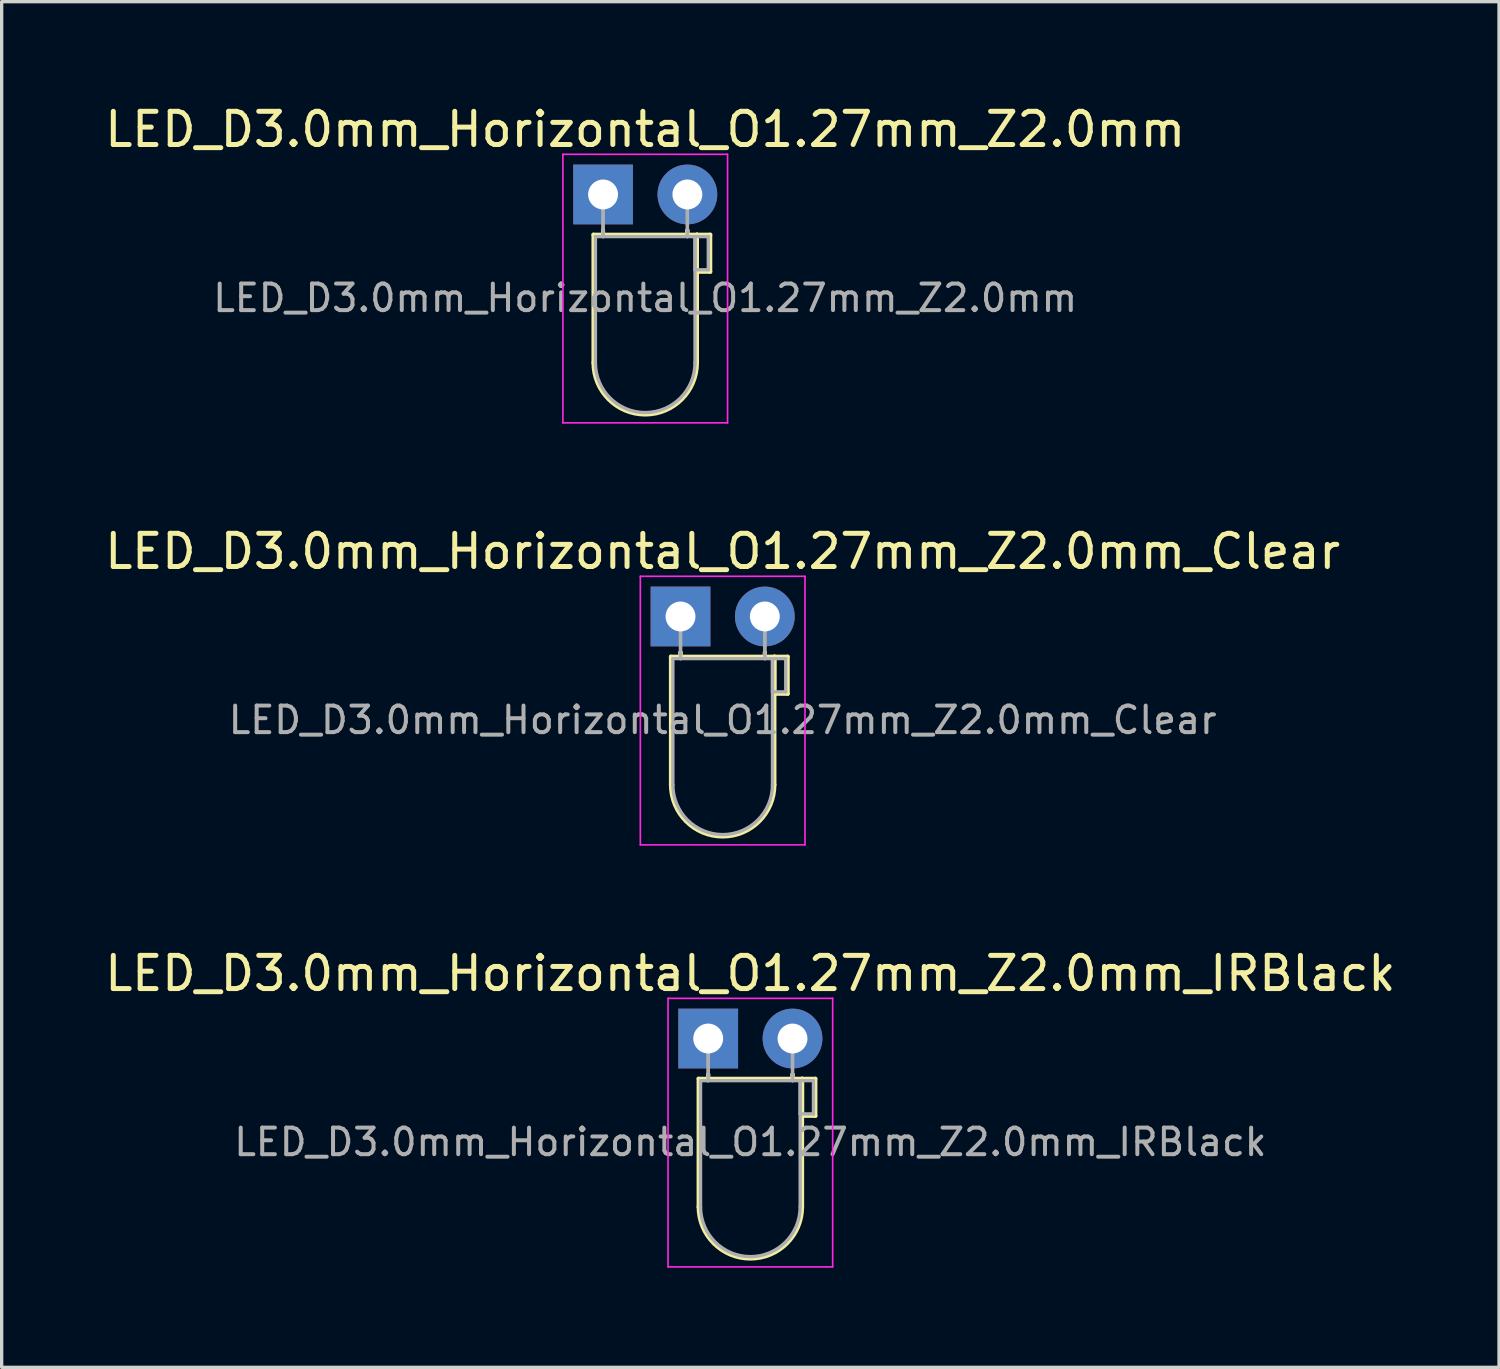
<source format=kicad_pcb>
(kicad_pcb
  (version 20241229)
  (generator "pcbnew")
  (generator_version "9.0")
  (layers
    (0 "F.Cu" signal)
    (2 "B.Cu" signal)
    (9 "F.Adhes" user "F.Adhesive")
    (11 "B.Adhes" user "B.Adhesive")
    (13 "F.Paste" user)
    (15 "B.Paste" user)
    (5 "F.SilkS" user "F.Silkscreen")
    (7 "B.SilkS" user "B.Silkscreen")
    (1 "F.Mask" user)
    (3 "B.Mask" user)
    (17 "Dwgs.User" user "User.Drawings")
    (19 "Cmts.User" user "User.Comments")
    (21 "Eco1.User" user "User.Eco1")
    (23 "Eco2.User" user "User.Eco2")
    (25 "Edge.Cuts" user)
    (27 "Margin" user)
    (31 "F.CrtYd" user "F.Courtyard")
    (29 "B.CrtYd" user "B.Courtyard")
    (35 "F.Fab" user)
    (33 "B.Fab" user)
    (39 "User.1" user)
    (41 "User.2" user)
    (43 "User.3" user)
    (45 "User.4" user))
  (footprint "LED_D3.0mm_Horizontal_O1.27mm_Z2.0mm_IRBlack"
    (layer "F.Cu")
    (at 18.284 28.235)
    (property "Reference" "LED_D3.0mm_Horizontal_O1.27mm_Z2.0mm_IRBlack" (at 1.27 -1.96 0) (layer "F.SilkS") (effects (font (size 1 1) (thickness 0.15))))
    (attr through_hole)
    (fp_line (start -0.29 1.21) (end -0.29 5.07) (stroke (width 0.12) (type solid)) (layer "F.SilkS"))
    (fp_line (start -0.29 1.21) (end 2.83 1.21) (stroke (width 0.12) (type solid)) (layer "F.SilkS"))
    (fp_line (start 0 1.08) (end 0 1.08) (stroke (width 0.12) (type solid)) (layer "F.SilkS"))
    (fp_line (start 0 1.08) (end 0 1.21) (stroke (width 0.12) (type solid)) (layer "F.SilkS"))
    (fp_line (start 0 1.21) (end 0 1.08) (stroke (width 0.12) (type solid)) (layer "F.SilkS"))
    (fp_line (start 0 1.21) (end 0 1.21) (stroke (width 0.12) (type solid)) (layer "F.SilkS"))
    (fp_line (start 2.54 1.08) (end 2.54 1.08) (stroke (width 0.12) (type solid)) (layer "F.SilkS"))
    (fp_line (start 2.54 1.08) (end 2.54 1.21) (stroke (width 0.12) (type solid)) (layer "F.SilkS"))
    (fp_line (start 2.54 1.21) (end 2.54 1.08) (stroke (width 0.12) (type solid)) (layer "F.SilkS"))
    (fp_line (start 2.54 1.21) (end 2.54 1.21) (stroke (width 0.12) (type solid)) (layer "F.SilkS"))
    (fp_line (start 2.83 1.21) (end 2.83 5.07) (stroke (width 0.12) (type solid)) (layer "F.SilkS"))
    (fp_line (start 2.83 1.21) (end 3.23 1.21) (stroke (width 0.12) (type solid)) (layer "F.SilkS"))
    (fp_line (start 2.83 2.33) (end 2.83 1.21) (stroke (width 0.12) (type solid)) (layer "F.SilkS"))
    (fp_line (start 3.23 1.21) (end 3.23 2.33) (stroke (width 0.12) (type solid)) (layer "F.SilkS"))
    (fp_line (start 3.23 2.33) (end 2.83 2.33) (stroke (width 0.12) (type solid)) (layer "F.SilkS"))
    (fp_arc (start 2.83 5.07) (mid 1.27 6.63) (end -0.29 5.07) (stroke (width 0.12) (type solid)) (layer "F.SilkS"))
    (fp_line (start -1.21 -1.21) (end -1.21 6.88) (stroke (width 0.05) (type solid)) (layer "F.CrtYd"))
    (fp_line (start -1.21 6.88) (end 3.75 6.88) (stroke (width 0.05) (type solid)) (layer "F.CrtYd"))
    (fp_line (start 3.75 -1.21) (end -1.21 -1.21) (stroke (width 0.05) (type solid)) (layer "F.CrtYd"))
    (fp_line (start 3.75 6.88) (end 3.75 -1.21) (stroke (width 0.05) (type solid)) (layer "F.CrtYd"))
    (fp_line (start -0.23 1.27) (end -0.23 5.07) (stroke (width 0.1) (type solid)) (layer "F.Fab"))
    (fp_line (start -0.23 1.27) (end 2.77 1.27) (stroke (width 0.1) (type solid)) (layer "F.Fab"))
    (fp_line (start 0 0) (end 0 0) (stroke (width 0.1) (type solid)) (layer "F.Fab"))
    (fp_line (start 0 0) (end 0 1.27) (stroke (width 0.1) (type solid)) (layer "F.Fab"))
    (fp_line (start 0 1.27) (end 0 0) (stroke (width 0.1) (type solid)) (layer "F.Fab"))
    (fp_line (start 0 1.27) (end 0 1.27) (stroke (width 0.1) (type solid)) (layer "F.Fab"))
    (fp_line (start 2.54 0) (end 2.54 0) (stroke (width 0.1) (type solid)) (layer "F.Fab"))
    (fp_line (start 2.54 0) (end 2.54 1.27) (stroke (width 0.1) (type solid)) (layer "F.Fab"))
    (fp_line (start 2.54 1.27) (end 2.54 0) (stroke (width 0.1) (type solid)) (layer "F.Fab"))
    (fp_line (start 2.54 1.27) (end 2.54 1.27) (stroke (width 0.1) (type solid)) (layer "F.Fab"))
    (fp_line (start 2.77 1.27) (end 2.77 5.07) (stroke (width 0.1) (type solid)) (layer "F.Fab"))
    (fp_line (start 2.77 1.27) (end 3.17 1.27) (stroke (width 0.1) (type solid)) (layer "F.Fab"))
    (fp_line (start 2.77 2.27) (end 2.77 1.27) (stroke (width 0.1) (type solid)) (layer "F.Fab"))
    (fp_line (start 3.17 1.27) (end 3.17 2.27) (stroke (width 0.1) (type solid)) (layer "F.Fab"))
    (fp_line (start 3.17 2.27) (end 2.77 2.27) (stroke (width 0.1) (type solid)) (layer "F.Fab"))
    (fp_arc (start 2.77 5.07) (mid 1.27 6.57) (end -0.23 5.07) (stroke (width 0.1) (type solid)) (layer "F.Fab"))
    (fp_text user "${REFERENCE}" (at 1.27 3.12 0) (layer "F.Fab") (effects (font (size 0.8 0.8) (thickness 0.12))))
    (pad "1" thru_hole rect (at 0 0) (size 1.8 1.8) (drill 0.9) (layers "*.Cu" "*.Mask"))
    (pad "2" thru_hole circle (at 2.54 0) (size 1.8 1.8) (drill 0.9) (layers "*.Cu" "*.Mask")))
  (footprint "LED_D3.0mm_Horizontal_O1.27mm_Z2.0mm_Clear"
    (layer "F.Cu")
    (at 17.45 15.521)
    (property "Reference" "LED_D3.0mm_Horizontal_O1.27mm_Z2.0mm_Clear" (at 1.27 -1.96 0) (layer "F.SilkS") (effects (font (size 1 1) (thickness 0.15))))
    (attr through_hole)
    (fp_line (start -0.29 1.21) (end -0.29 5.07) (stroke (width 0.12) (type solid)) (layer "F.SilkS"))
    (fp_line (start -0.29 1.21) (end 2.83 1.21) (stroke (width 0.12) (type solid)) (layer "F.SilkS"))
    (fp_line (start 0 1.08) (end 0 1.08) (stroke (width 0.12) (type solid)) (layer "F.SilkS"))
    (fp_line (start 0 1.08) (end 0 1.21) (stroke (width 0.12) (type solid)) (layer "F.SilkS"))
    (fp_line (start 0 1.21) (end 0 1.08) (stroke (width 0.12) (type solid)) (layer "F.SilkS"))
    (fp_line (start 0 1.21) (end 0 1.21) (stroke (width 0.12) (type solid)) (layer "F.SilkS"))
    (fp_line (start 2.54 1.08) (end 2.54 1.08) (stroke (width 0.12) (type solid)) (layer "F.SilkS"))
    (fp_line (start 2.54 1.08) (end 2.54 1.21) (stroke (width 0.12) (type solid)) (layer "F.SilkS"))
    (fp_line (start 2.54 1.21) (end 2.54 1.08) (stroke (width 0.12) (type solid)) (layer "F.SilkS"))
    (fp_line (start 2.54 1.21) (end 2.54 1.21) (stroke (width 0.12) (type solid)) (layer "F.SilkS"))
    (fp_line (start 2.83 1.21) (end 2.83 5.07) (stroke (width 0.12) (type solid)) (layer "F.SilkS"))
    (fp_line (start 2.83 1.21) (end 3.23 1.21) (stroke (width 0.12) (type solid)) (layer "F.SilkS"))
    (fp_line (start 2.83 2.33) (end 2.83 1.21) (stroke (width 0.12) (type solid)) (layer "F.SilkS"))
    (fp_line (start 3.23 1.21) (end 3.23 2.33) (stroke (width 0.12) (type solid)) (layer "F.SilkS"))
    (fp_line (start 3.23 2.33) (end 2.83 2.33) (stroke (width 0.12) (type solid)) (layer "F.SilkS"))
    (fp_arc (start 2.83 5.07) (mid 1.27 6.63) (end -0.29 5.07) (stroke (width 0.12) (type solid)) (layer "F.SilkS"))
    (fp_line (start -1.21 -1.21) (end -1.21 6.88) (stroke (width 0.05) (type solid)) (layer "F.CrtYd"))
    (fp_line (start -1.21 6.88) (end 3.75 6.88) (stroke (width 0.05) (type solid)) (layer "F.CrtYd"))
    (fp_line (start 3.75 -1.21) (end -1.21 -1.21) (stroke (width 0.05) (type solid)) (layer "F.CrtYd"))
    (fp_line (start 3.75 6.88) (end 3.75 -1.21) (stroke (width 0.05) (type solid)) (layer "F.CrtYd"))
    (fp_line (start -0.23 1.27) (end -0.23 5.07) (stroke (width 0.1) (type solid)) (layer "F.Fab"))
    (fp_line (start -0.23 1.27) (end 2.77 1.27) (stroke (width 0.1) (type solid)) (layer "F.Fab"))
    (fp_line (start 0 0) (end 0 0) (stroke (width 0.1) (type solid)) (layer "F.Fab"))
    (fp_line (start 0 0) (end 0 1.27) (stroke (width 0.1) (type solid)) (layer "F.Fab"))
    (fp_line (start 0 1.27) (end 0 0) (stroke (width 0.1) (type solid)) (layer "F.Fab"))
    (fp_line (start 0 1.27) (end 0 1.27) (stroke (width 0.1) (type solid)) (layer "F.Fab"))
    (fp_line (start 2.54 0) (end 2.54 0) (stroke (width 0.1) (type solid)) (layer "F.Fab"))
    (fp_line (start 2.54 0) (end 2.54 1.27) (stroke (width 0.1) (type solid)) (layer "F.Fab"))
    (fp_line (start 2.54 1.27) (end 2.54 0) (stroke (width 0.1) (type solid)) (layer "F.Fab"))
    (fp_line (start 2.54 1.27) (end 2.54 1.27) (stroke (width 0.1) (type solid)) (layer "F.Fab"))
    (fp_line (start 2.77 1.27) (end 2.77 5.07) (stroke (width 0.1) (type solid)) (layer "F.Fab"))
    (fp_line (start 2.77 1.27) (end 3.17 1.27) (stroke (width 0.1) (type solid)) (layer "F.Fab"))
    (fp_line (start 2.77 2.27) (end 2.77 1.27) (stroke (width 0.1) (type solid)) (layer "F.Fab"))
    (fp_line (start 3.17 1.27) (end 3.17 2.27) (stroke (width 0.1) (type solid)) (layer "F.Fab"))
    (fp_line (start 3.17 2.27) (end 2.77 2.27) (stroke (width 0.1) (type solid)) (layer "F.Fab"))
    (fp_arc (start 2.77 5.07) (mid 1.27 6.57) (end -0.23 5.07) (stroke (width 0.1) (type solid)) (layer "F.Fab"))
    (fp_text user "${REFERENCE}" (at 1.27 3.12 0) (layer "F.Fab") (effects (font (size 0.8 0.8) (thickness 0.12))))
    (pad "1" thru_hole rect (at 0 0) (size 1.8 1.8) (drill 0.9) (layers "*.Cu" "*.Mask"))
    (pad "2" thru_hole circle (at 2.54 0) (size 1.8 1.8) (drill 0.9) (layers "*.Cu" "*.Mask")))
  (footprint "LED_D3.0mm_Horizontal_O1.27mm_Z2.0mm"
    (layer "F.Cu")
    (at 15.117 2.808)
    (property "Reference" "LED_D3.0mm_Horizontal_O1.27mm_Z2.0mm" (at 1.27 -1.96 0) (layer "F.SilkS") (effects (font (size 1 1) (thickness 0.15))))
    (attr through_hole)
    (fp_line (start -0.29 1.21) (end -0.29 5.07) (stroke (width 0.12) (type solid)) (layer "F.SilkS"))
    (fp_line (start -0.29 1.21) (end 2.83 1.21) (stroke (width 0.12) (type solid)) (layer "F.SilkS"))
    (fp_line (start 0 1.08) (end 0 1.08) (stroke (width 0.12) (type solid)) (layer "F.SilkS"))
    (fp_line (start 0 1.08) (end 0 1.21) (stroke (width 0.12) (type solid)) (layer "F.SilkS"))
    (fp_line (start 0 1.21) (end 0 1.08) (stroke (width 0.12) (type solid)) (layer "F.SilkS"))
    (fp_line (start 0 1.21) (end 0 1.21) (stroke (width 0.12) (type solid)) (layer "F.SilkS"))
    (fp_line (start 2.54 1.08) (end 2.54 1.08) (stroke (width 0.12) (type solid)) (layer "F.SilkS"))
    (fp_line (start 2.54 1.08) (end 2.54 1.21) (stroke (width 0.12) (type solid)) (layer "F.SilkS"))
    (fp_line (start 2.54 1.21) (end 2.54 1.08) (stroke (width 0.12) (type solid)) (layer "F.SilkS"))
    (fp_line (start 2.54 1.21) (end 2.54 1.21) (stroke (width 0.12) (type solid)) (layer "F.SilkS"))
    (fp_line (start 2.83 1.21) (end 2.83 5.07) (stroke (width 0.12) (type solid)) (layer "F.SilkS"))
    (fp_line (start 2.83 1.21) (end 3.23 1.21) (stroke (width 0.12) (type solid)) (layer "F.SilkS"))
    (fp_line (start 2.83 2.33) (end 2.83 1.21) (stroke (width 0.12) (type solid)) (layer "F.SilkS"))
    (fp_line (start 3.23 1.21) (end 3.23 2.33) (stroke (width 0.12) (type solid)) (layer "F.SilkS"))
    (fp_line (start 3.23 2.33) (end 2.83 2.33) (stroke (width 0.12) (type solid)) (layer "F.SilkS"))
    (fp_arc (start 2.83 5.07) (mid 1.27 6.63) (end -0.29 5.07) (stroke (width 0.12) (type solid)) (layer "F.SilkS"))
    (fp_line (start -1.21 -1.21) (end -1.21 6.88) (stroke (width 0.05) (type solid)) (layer "F.CrtYd"))
    (fp_line (start -1.21 6.88) (end 3.75 6.88) (stroke (width 0.05) (type solid)) (layer "F.CrtYd"))
    (fp_line (start 3.75 -1.21) (end -1.21 -1.21) (stroke (width 0.05) (type solid)) (layer "F.CrtYd"))
    (fp_line (start 3.75 6.88) (end 3.75 -1.21) (stroke (width 0.05) (type solid)) (layer "F.CrtYd"))
    (fp_line (start -0.23 1.27) (end -0.23 5.07) (stroke (width 0.1) (type solid)) (layer "F.Fab"))
    (fp_line (start -0.23 1.27) (end 2.77 1.27) (stroke (width 0.1) (type solid)) (layer "F.Fab"))
    (fp_line (start 0 0) (end 0 0) (stroke (width 0.1) (type solid)) (layer "F.Fab"))
    (fp_line (start 0 0) (end 0 1.27) (stroke (width 0.1) (type solid)) (layer "F.Fab"))
    (fp_line (start 0 1.27) (end 0 0) (stroke (width 0.1) (type solid)) (layer "F.Fab"))
    (fp_line (start 0 1.27) (end 0 1.27) (stroke (width 0.1) (type solid)) (layer "F.Fab"))
    (fp_line (start 2.54 0) (end 2.54 0) (stroke (width 0.1) (type solid)) (layer "F.Fab"))
    (fp_line (start 2.54 0) (end 2.54 1.27) (stroke (width 0.1) (type solid)) (layer "F.Fab"))
    (fp_line (start 2.54 1.27) (end 2.54 0) (stroke (width 0.1) (type solid)) (layer "F.Fab"))
    (fp_line (start 2.54 1.27) (end 2.54 1.27) (stroke (width 0.1) (type solid)) (layer "F.Fab"))
    (fp_line (start 2.77 1.27) (end 2.77 5.07) (stroke (width 0.1) (type solid)) (layer "F.Fab"))
    (fp_line (start 2.77 1.27) (end 3.17 1.27) (stroke (width 0.1) (type solid)) (layer "F.Fab"))
    (fp_line (start 2.77 2.27) (end 2.77 1.27) (stroke (width 0.1) (type solid)) (layer "F.Fab"))
    (fp_line (start 3.17 1.27) (end 3.17 2.27) (stroke (width 0.1) (type solid)) (layer "F.Fab"))
    (fp_line (start 3.17 2.27) (end 2.77 2.27) (stroke (width 0.1) (type solid)) (layer "F.Fab"))
    (fp_arc (start 2.77 5.07) (mid 1.27 6.57) (end -0.23 5.07) (stroke (width 0.1) (type solid)) (layer "F.Fab"))
    (fp_text user "${REFERENCE}" (at 1.27 3.12 0) (layer "F.Fab") (effects (font (size 0.8 0.8) (thickness 0.12))))
    (pad "1" thru_hole rect (at 0 0) (size 1.8 1.8) (drill 0.9) (layers "*.Cu" "*.Mask"))
    (pad "2" thru_hole circle (at 2.54 0) (size 1.8 1.8) (drill 0.9) (layers "*.Cu" "*.Mask")))
  (gr_rect
    (start -3 -3)
    (end 42.107 38.14)
    (stroke (width 0.1) (type default))
    (fill no)
    (layer "Edge.Cuts")))
</source>
